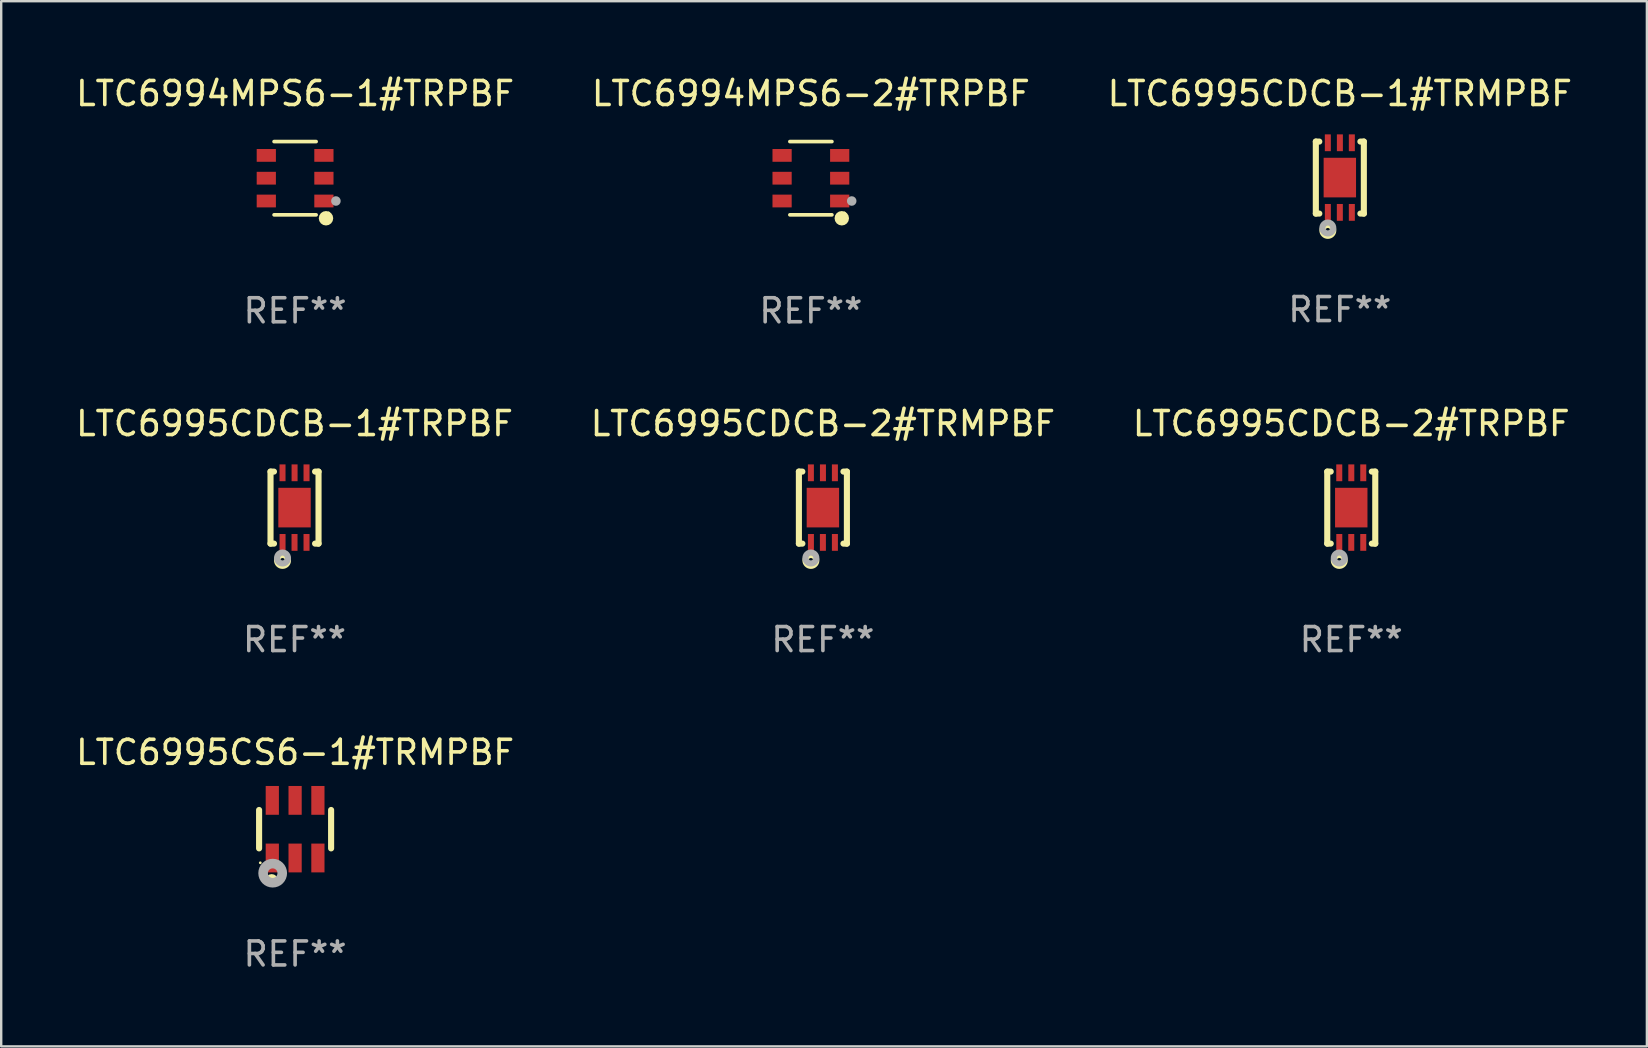
<source format=kicad_pcb>
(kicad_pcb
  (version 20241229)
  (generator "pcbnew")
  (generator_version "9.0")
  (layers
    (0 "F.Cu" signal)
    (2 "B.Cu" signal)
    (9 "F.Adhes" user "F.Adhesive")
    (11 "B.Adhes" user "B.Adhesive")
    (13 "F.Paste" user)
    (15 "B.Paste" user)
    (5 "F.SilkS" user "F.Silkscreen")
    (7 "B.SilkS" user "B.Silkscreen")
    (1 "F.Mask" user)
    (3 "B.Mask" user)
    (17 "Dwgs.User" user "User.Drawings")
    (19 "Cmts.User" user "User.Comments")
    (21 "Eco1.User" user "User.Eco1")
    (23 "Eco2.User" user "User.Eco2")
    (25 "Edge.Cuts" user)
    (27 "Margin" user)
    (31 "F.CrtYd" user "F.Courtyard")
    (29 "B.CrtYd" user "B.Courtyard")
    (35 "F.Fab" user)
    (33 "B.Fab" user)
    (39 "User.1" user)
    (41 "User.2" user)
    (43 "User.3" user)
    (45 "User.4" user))
  (footprint "LTC6994MPS6-2#TRPBF"
    (layer "F.Cu")
    (at 30.732 4.374)
    (property "Reference" "LTC6994MPS6-2#TRPBF" (at 0 -3.526 0) (layer "F.SilkS") (effects (font (size 1 1) (thickness 0.15))))
    (attr through_hole)
    (fp_line (start 0.876 -1.526) (end -0.876 -1.526) (stroke (width 0.152) (type solid)) (layer "F.SilkS"))
    (fp_line (start 0.876 1.526) (end -0.876 1.526) (stroke (width 0.152) (type solid)) (layer "F.SilkS"))
    (fp_circle (center 1.287 1.669) (end 1.438 1.669) (stroke (width 0.3) (type solid)) (fill no) (layer "F.SilkS"))
    (fp_circle (center 1.4 1.45) (end 1.43 1.45) (stroke (width 0.06) (type solid)) (fill no) (layer "F.SilkS"))
    (fp_circle (center 1.7 0.95) (end 1.8 0.95) (stroke (width 0.2) (type solid)) (fill no) (layer "F.Fab"))
    (fp_text user "REF**" (at 0 5.526 0) (layer "F.Fab") (effects (font (size 1 1) (thickness 0.15))))
    (pad "1" smd rect (at 1.2 0.95) (size 0.8 0.532) (layers "F.Cu" "F.Mask" "F.Paste"))
    (pad "2" smd rect (at 1.2 0) (size 0.8 0.532) (layers "F.Cu" "F.Mask" "F.Paste"))
    (pad "3" smd rect (at 1.2 -0.95) (size 0.8 0.532) (layers "F.Cu" "F.Mask" "F.Paste"))
    (pad "4" smd rect (at -1.2 -0.95) (size 0.8 0.532) (layers "F.Cu" "F.Mask" "F.Paste"))
    (pad "5" smd rect (at -1.2 0) (size 0.8 0.532) (layers "F.Cu" "F.Mask" "F.Paste"))
    (pad "6" smd rect (at -1.2 0.95) (size 0.8 0.532) (layers "F.Cu" "F.Mask" "F.Paste")))
  (footprint "LTC6995CDCB-2#TRMPBF"
    (layer "F.Cu")
    (at 31.232 18.097)
    (property "Reference" "LTC6995CDCB-2#TRMPBF" (at 0 -3.5 0) (layer "F.SilkS") (effects (font (size 1 1) (thickness 0.15))))
    (attr through_hole)
    (fp_line (start -1 1.5) (end -1 -1.5) (stroke (width 0.254) (type solid)) (layer "F.SilkS"))
    (fp_line (start -0.856 -1.5) (end -1 -1.5) (stroke (width 0.254) (type solid)) (layer "F.SilkS"))
    (fp_line (start -0.855 1.5) (end -1 1.5) (stroke (width 0.254) (type solid)) (layer "F.SilkS"))
    (fp_line (start 1 -1.5) (end 0.856 -1.5) (stroke (width 0.254) (type solid)) (layer "F.SilkS"))
    (fp_line (start 1 1.5) (end 0.856 1.5) (stroke (width 0.254) (type solid)) (layer "F.SilkS"))
    (fp_line (start 1 1.5) (end 1 -1.5) (stroke (width 0.254) (type solid)) (layer "F.SilkS"))
    (fp_circle (center -1 1.5) (end -0.97 1.5) (stroke (width 0.06) (type solid)) (fill no) (layer "F.SilkS"))
    (fp_circle (center -0.5 2.2) (end -0.4 2.2) (stroke (width 0.254) (type solid)) (fill no) (layer "F.SilkS"))
    (fp_circle (center -0.5 2.1) (end -0.4 2.1) (stroke (width 0.254) (type solid)) (fill no) (layer "F.Fab"))
    (fp_text user "REF**" (at 0 5.5 0) (layer "F.Fab") (effects (font (size 1 1) (thickness 0.15))))
    (pad "1" smd rect (at -0.499 1.45 180) (size 0.25 0.7) (layers "F.Cu" "F.Mask" "F.Paste"))
    (pad "2" smd rect (at 0.000025 1.45 180) (size 0.25 0.7) (layers "F.Cu" "F.Mask" "F.Paste"))
    (pad "3" smd rect (at 0.5 1.45 180) (size 0.25 0.7) (layers "F.Cu" "F.Mask" "F.Paste"))
    (pad "4" smd rect (at 0.5 -1.45 180) (size 0.25 0.7) (layers "F.Cu" "F.Mask" "F.Paste"))
    (pad "5" smd rect (at 0.002 -1.45 180) (size 0.25 0.7) (layers "F.Cu" "F.Mask" "F.Paste"))
    (pad "6" smd rect (at -0.5 -1.45 180) (size 0.25 0.7) (layers "F.Cu" "F.Mask" "F.Paste"))
    (pad "7" smd rect (at 0.000025 0.000038 180) (size 1.35 1.65) (layers "F.Cu" "F.Mask" "F.Paste")))
  (footprint "LTC6995CDCB-1#TRMPBF"
    (layer "F.Cu")
    (at 52.768 4.348)
    (property "Reference" "LTC6995CDCB-1#TRMPBF" (at 0 -3.5 0) (layer "F.SilkS") (effects (font (size 1 1) (thickness 0.15))))
    (attr through_hole)
    (fp_line (start -1 1.5) (end -1 -1.5) (stroke (width 0.254) (type solid)) (layer "F.SilkS"))
    (fp_line (start -0.856 -1.5) (end -1 -1.5) (stroke (width 0.254) (type solid)) (layer "F.SilkS"))
    (fp_line (start -0.855 1.5) (end -1 1.5) (stroke (width 0.254) (type solid)) (layer "F.SilkS"))
    (fp_line (start 1 -1.5) (end 0.856 -1.5) (stroke (width 0.254) (type solid)) (layer "F.SilkS"))
    (fp_line (start 1 1.5) (end 0.856 1.5) (stroke (width 0.254) (type solid)) (layer "F.SilkS"))
    (fp_line (start 1 1.5) (end 1 -1.5) (stroke (width 0.254) (type solid)) (layer "F.SilkS"))
    (fp_circle (center -1 1.5) (end -0.97 1.5) (stroke (width 0.06) (type solid)) (fill no) (layer "F.SilkS"))
    (fp_circle (center -0.5 2.2) (end -0.4 2.2) (stroke (width 0.254) (type solid)) (fill no) (layer "F.SilkS"))
    (fp_circle (center -0.5 2.1) (end -0.4 2.1) (stroke (width 0.254) (type solid)) (fill no) (layer "F.Fab"))
    (fp_text user "REF**" (at 0 5.5 0) (layer "F.Fab") (effects (font (size 1 1) (thickness 0.15))))
    (pad "1" smd rect (at -0.499 1.45 180) (size 0.25 0.7) (layers "F.Cu" "F.Mask" "F.Paste"))
    (pad "2" smd rect (at 0.000025 1.45 180) (size 0.25 0.7) (layers "F.Cu" "F.Mask" "F.Paste"))
    (pad "3" smd rect (at 0.5 1.45 180) (size 0.25 0.7) (layers "F.Cu" "F.Mask" "F.Paste"))
    (pad "4" smd rect (at 0.5 -1.45 180) (size 0.25 0.7) (layers "F.Cu" "F.Mask" "F.Paste"))
    (pad "5" smd rect (at 0.002 -1.45 180) (size 0.25 0.7) (layers "F.Cu" "F.Mask" "F.Paste"))
    (pad "6" smd rect (at -0.5 -1.45 180) (size 0.25 0.7) (layers "F.Cu" "F.Mask" "F.Paste"))
    (pad "7" smd rect (at 0.000025 0.000038 180) (size 1.35 1.65) (layers "F.Cu" "F.Mask" "F.Paste")))
  (footprint "LTC6995CDCB-1#TRPBF"
    (layer "F.Cu")
    (at 9.22 18.097)
    (property "Reference" "LTC6995CDCB-1#TRPBF" (at 0 -3.5 0) (layer "F.SilkS") (effects (font (size 1 1) (thickness 0.15))))
    (attr through_hole)
    (fp_line (start -1 1.5) (end -1 -1.5) (stroke (width 0.254) (type solid)) (layer "F.SilkS"))
    (fp_line (start -0.856 -1.5) (end -1 -1.5) (stroke (width 0.254) (type solid)) (layer "F.SilkS"))
    (fp_line (start -0.855 1.5) (end -1 1.5) (stroke (width 0.254) (type solid)) (layer "F.SilkS"))
    (fp_line (start 1 -1.5) (end 0.856 -1.5) (stroke (width 0.254) (type solid)) (layer "F.SilkS"))
    (fp_line (start 1 1.5) (end 0.856 1.5) (stroke (width 0.254) (type solid)) (layer "F.SilkS"))
    (fp_line (start 1 1.5) (end 1 -1.5) (stroke (width 0.254) (type solid)) (layer "F.SilkS"))
    (fp_circle (center -1 1.5) (end -0.97 1.5) (stroke (width 0.06) (type solid)) (fill no) (layer "F.SilkS"))
    (fp_circle (center -0.5 2.2) (end -0.4 2.2) (stroke (width 0.254) (type solid)) (fill no) (layer "F.SilkS"))
    (fp_circle (center -0.5 2.1) (end -0.4 2.1) (stroke (width 0.254) (type solid)) (fill no) (layer "F.Fab"))
    (fp_text user "REF**" (at 0 5.5 0) (layer "F.Fab") (effects (font (size 1 1) (thickness 0.15))))
    (pad "1" smd rect (at -0.499 1.45 180) (size 0.25 0.7) (layers "F.Cu" "F.Mask" "F.Paste"))
    (pad "2" smd rect (at 0.000025 1.45 180) (size 0.25 0.7) (layers "F.Cu" "F.Mask" "F.Paste"))
    (pad "3" smd rect (at 0.5 1.45 180) (size 0.25 0.7) (layers "F.Cu" "F.Mask" "F.Paste"))
    (pad "4" smd rect (at 0.5 -1.45 180) (size 0.25 0.7) (layers "F.Cu" "F.Mask" "F.Paste"))
    (pad "5" smd rect (at 0.002 -1.45 180) (size 0.25 0.7) (layers "F.Cu" "F.Mask" "F.Paste"))
    (pad "6" smd rect (at -0.5 -1.45 180) (size 0.25 0.7) (layers "F.Cu" "F.Mask" "F.Paste"))
    (pad "7" smd rect (at 0.000025 0.000038 180) (size 1.35 1.65) (layers "F.Cu" "F.Mask" "F.Paste")))
  (footprint "LTC6995CS6-1#TRMPBF"
    (layer "F.Cu")
    (at 9.244 31.494)
    (property "Reference" "LTC6995CS6-1#TRMPBF" (at 0 -3.2 0) (layer "F.SilkS") (effects (font (size 1 1) (thickness 0.15))))
    (attr through_hole)
    (fp_line (start -1.5 0.8) (end -1.5 -0.8) (stroke (width 0.254) (type solid)) (layer "F.SilkS"))
    (fp_line (start 1.5 -0.8) (end 1.5 0.8) (stroke (width 0.254) (type solid)) (layer "F.SilkS"))
    (fp_circle (center -1.45 1.4) (end -1.42 1.4) (stroke (width 0.06) (type solid)) (fill no) (layer "F.SilkS"))
    (fp_circle (center -0.975 2.125) (end -0.848 2.125) (stroke (width 0.254) (type solid)) (fill no) (layer "F.SilkS"))
    (fp_circle (center -0.934 1.832) (end -0.735 1.832) (stroke (width 0.4) (type solid)) (fill no) (layer "F.Fab"))
    (fp_text user "REF**" (at 0 5.2 0) (layer "F.Fab") (effects (font (size 1 1) (thickness 0.15))))
    (pad "1" smd rect (at -0.95 1.2) (size 0.55 1.2) (layers "F.Cu" "F.Mask" "F.Paste"))
    (pad "2" smd rect (at 0 1.2) (size 0.55 1.2) (layers "F.Cu" "F.Mask" "F.Paste"))
    (pad "3" smd rect (at 0.95 1.2) (size 0.55 1.2) (layers "F.Cu" "F.Mask" "F.Paste"))
    (pad "4" smd rect (at 0.95 -1.2) (size 0.55 1.2) (layers "F.Cu" "F.Mask" "F.Paste"))
    (pad "5" smd rect (at 0 -1.2) (size 0.55 1.2) (layers "F.Cu" "F.Mask" "F.Paste"))
    (pad "6" smd rect (at -0.95 -1.2) (size 0.55 1.2) (layers "F.Cu" "F.Mask" "F.Paste")))
  (footprint "LTC6995CDCB-2#TRPBF"
    (layer "F.Cu")
    (at 53.244 18.097)
    (property "Reference" "LTC6995CDCB-2#TRPBF" (at 0 -3.5 0) (layer "F.SilkS") (effects (font (size 1 1) (thickness 0.15))))
    (attr through_hole)
    (fp_line (start -1 1.5) (end -1 -1.5) (stroke (width 0.254) (type solid)) (layer "F.SilkS"))
    (fp_line (start -0.856 -1.5) (end -1 -1.5) (stroke (width 0.254) (type solid)) (layer "F.SilkS"))
    (fp_line (start -0.855 1.5) (end -1 1.5) (stroke (width 0.254) (type solid)) (layer "F.SilkS"))
    (fp_line (start 1 -1.5) (end 0.856 -1.5) (stroke (width 0.254) (type solid)) (layer "F.SilkS"))
    (fp_line (start 1 1.5) (end 0.856 1.5) (stroke (width 0.254) (type solid)) (layer "F.SilkS"))
    (fp_line (start 1 1.5) (end 1 -1.5) (stroke (width 0.254) (type solid)) (layer "F.SilkS"))
    (fp_circle (center -1 1.5) (end -0.97 1.5) (stroke (width 0.06) (type solid)) (fill no) (layer "F.SilkS"))
    (fp_circle (center -0.5 2.2) (end -0.4 2.2) (stroke (width 0.254) (type solid)) (fill no) (layer "F.SilkS"))
    (fp_circle (center -0.5 2.1) (end -0.4 2.1) (stroke (width 0.254) (type solid)) (fill no) (layer "F.Fab"))
    (fp_text user "REF**" (at 0 5.5 0) (layer "F.Fab") (effects (font (size 1 1) (thickness 0.15))))
    (pad "1" smd rect (at -0.499 1.45 180) (size 0.25 0.7) (layers "F.Cu" "F.Mask" "F.Paste"))
    (pad "2" smd rect (at 0.000025 1.45 180) (size 0.25 0.7) (layers "F.Cu" "F.Mask" "F.Paste"))
    (pad "3" smd rect (at 0.5 1.45 180) (size 0.25 0.7) (layers "F.Cu" "F.Mask" "F.Paste"))
    (pad "4" smd rect (at 0.5 -1.45 180) (size 0.25 0.7) (layers "F.Cu" "F.Mask" "F.Paste"))
    (pad "5" smd rect (at 0.002 -1.45 180) (size 0.25 0.7) (layers "F.Cu" "F.Mask" "F.Paste"))
    (pad "6" smd rect (at -0.5 -1.45 180) (size 0.25 0.7) (layers "F.Cu" "F.Mask" "F.Paste"))
    (pad "7" smd rect (at 0.000025 0.000038 180) (size 1.35 1.65) (layers "F.Cu" "F.Mask" "F.Paste")))
  (footprint "LTC6994MPS6-1#TRPBF"
    (layer "F.Cu")
    (at 9.244 4.374)
    (property "Reference" "LTC6994MPS6-1#TRPBF" (at 0 -3.526 0) (layer "F.SilkS") (effects (font (size 1 1) (thickness 0.15))))
    (attr through_hole)
    (fp_line (start 0.876 -1.526) (end -0.876 -1.526) (stroke (width 0.152) (type solid)) (layer "F.SilkS"))
    (fp_line (start 0.876 1.526) (end -0.876 1.526) (stroke (width 0.152) (type solid)) (layer "F.SilkS"))
    (fp_circle (center 1.287 1.669) (end 1.438 1.669) (stroke (width 0.3) (type solid)) (fill no) (layer "F.SilkS"))
    (fp_circle (center 1.4 1.45) (end 1.43 1.45) (stroke (width 0.06) (type solid)) (fill no) (layer "F.SilkS"))
    (fp_circle (center 1.7 0.95) (end 1.8 0.95) (stroke (width 0.2) (type solid)) (fill no) (layer "F.Fab"))
    (fp_text user "REF**" (at 0 5.526 0) (layer "F.Fab") (effects (font (size 1 1) (thickness 0.15))))
    (pad "1" smd rect (at 1.2 0.95) (size 0.8 0.532) (layers "F.Cu" "F.Mask" "F.Paste"))
    (pad "2" smd rect (at 1.2 0) (size 0.8 0.532) (layers "F.Cu" "F.Mask" "F.Paste"))
    (pad "3" smd rect (at 1.2 -0.95) (size 0.8 0.532) (layers "F.Cu" "F.Mask" "F.Paste"))
    (pad "4" smd rect (at -1.2 -0.95) (size 0.8 0.532) (layers "F.Cu" "F.Mask" "F.Paste"))
    (pad "5" smd rect (at -1.2 0) (size 0.8 0.532) (layers "F.Cu" "F.Mask" "F.Paste"))
    (pad "6" smd rect (at -1.2 0.95) (size 0.8 0.532) (layers "F.Cu" "F.Mask" "F.Paste")))
  (gr_rect
    (start -3 -3)
    (end 65.56 40.542)
    (stroke (width 0.1) (type default))
    (fill no)
    (layer "Edge.Cuts")))
</source>
